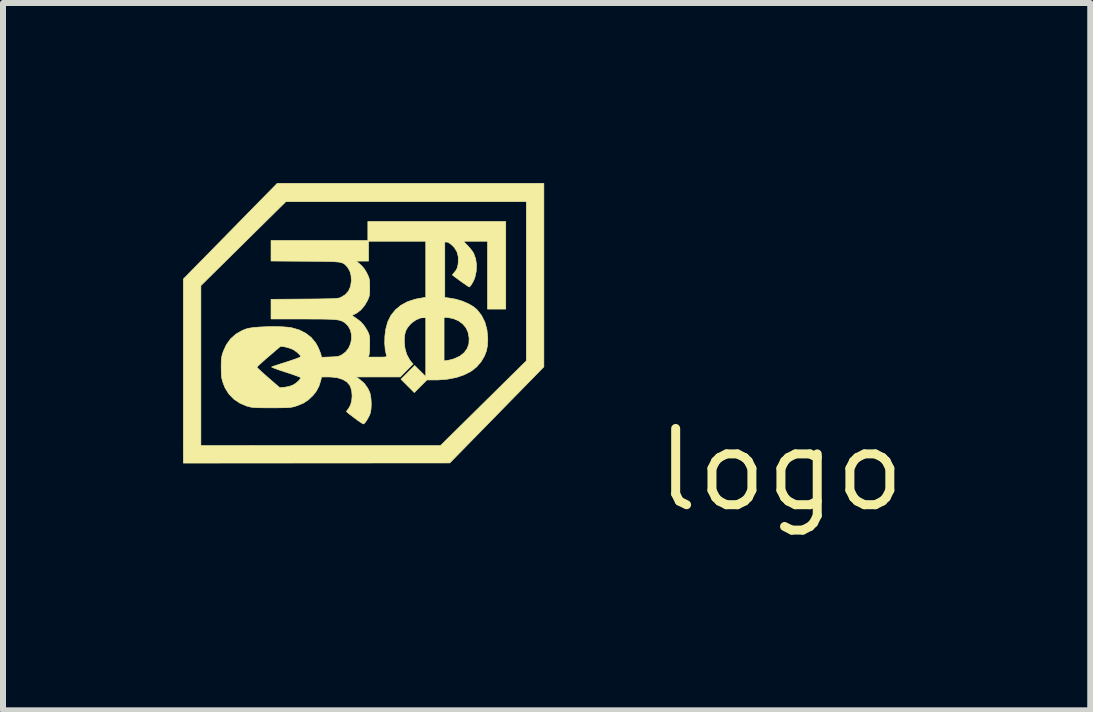
<source format=kicad_pcb>
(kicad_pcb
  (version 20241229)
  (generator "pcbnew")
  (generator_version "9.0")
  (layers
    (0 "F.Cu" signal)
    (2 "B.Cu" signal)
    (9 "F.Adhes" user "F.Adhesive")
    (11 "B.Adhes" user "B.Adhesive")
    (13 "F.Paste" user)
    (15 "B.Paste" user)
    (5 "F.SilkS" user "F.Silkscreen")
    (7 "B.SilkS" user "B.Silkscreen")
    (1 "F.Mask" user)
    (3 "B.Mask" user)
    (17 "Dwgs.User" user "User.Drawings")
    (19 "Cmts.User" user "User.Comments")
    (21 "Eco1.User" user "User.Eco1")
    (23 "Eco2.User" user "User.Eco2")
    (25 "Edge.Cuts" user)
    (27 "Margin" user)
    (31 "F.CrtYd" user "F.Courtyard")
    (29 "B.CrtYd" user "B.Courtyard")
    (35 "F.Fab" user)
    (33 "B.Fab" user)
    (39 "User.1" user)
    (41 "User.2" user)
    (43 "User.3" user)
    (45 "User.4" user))
  (footprint "logo"
    (layer "F.Cu")
    (at 9.962 4.78)
    (property "Reference" "logo" (at 0 0 0) (layer "F.SilkS") (effects (font (size 1.27 1.27) (thickness 0.15))))
    (attr through_hole)
    (fp_poly (pts (xy -3.95 -1.718) (xy -5.518 -0.116) (xy -7.737 -0.115) (xy -9.957 -0.114) (xy -9.957 -3.071) (xy -9.665 -3.071) (xy -9.665 -0.406) (xy -7.668 -0.407) (xy -5.671 -0.407) (xy -4.242 -1.818) (xy -4.242 -4.47) (xy -8.249 -4.47) (xy -8.957 -3.771) (xy -9.665 -3.071) (xy -9.957 -3.071) (xy -9.957 -3.181) (xy -9.175 -3.978) (xy -8.393 -4.775) (xy -3.95 -4.775) (xy -3.95 -1.718)) (stroke (width 0.01) (type solid)) (fill yes) (layer "F.SilkS"))
    (fp_poly (pts (xy -4.585 -2.68) (xy -4.889 -2.68) (xy -4.889 -3.81) (xy -5.291 -3.81) (xy -5.218 -3.735) (xy -5.18 -3.693) (xy -5.146 -3.65) (xy -5.123 -3.615) (xy -5.121 -3.612) (xy -5.087 -3.52) (xy -5.072 -3.417) (xy -5.077 -3.31) (xy -5.1 -3.205) (xy -5.101 -3.201) (xy -5.117 -3.162) (xy -5.138 -3.121) (xy -5.161 -3.083) (xy -5.181 -3.057) (xy -5.194 -3.048) (xy -5.206 -3.055) (xy -5.234 -3.074) (xy -5.273 -3.101) (xy -5.318 -3.132) (xy -5.365 -3.166) (xy -5.408 -3.198) (xy -5.445 -3.225) (xy -5.468 -3.243) (xy -5.473 -3.247) (xy -5.469 -3.258) (xy -5.451 -3.28) (xy -5.446 -3.286) (xy -5.413 -3.326) (xy -5.393 -3.366) (xy -5.381 -3.416) (xy -5.376 -3.458) (xy -5.376 -3.551) (xy -5.396 -3.631) (xy -5.437 -3.699) (xy -5.473 -3.738) (xy -5.52 -3.777) (xy -5.557 -3.796) (xy -5.568 -3.797) (xy -5.601 -3.797) (xy -5.601 -2.873) (xy -5.528 -2.864) (xy -5.418 -2.845) (xy -5.311 -2.813) (xy -5.213 -2.771) (xy -5.128 -2.723) (xy -5.064 -2.67) (xy -4.989 -2.575) (xy -4.934 -2.465) (xy -4.899 -2.34) (xy -4.885 -2.201) (xy -4.885 -2.165) (xy -4.891 -2.065) (xy -4.908 -1.979) (xy -4.94 -1.898) (xy -4.99 -1.813) (xy -4.998 -1.801) (xy -5.072 -1.715) (xy -5.166 -1.642) (xy -5.28 -1.584) (xy -5.41 -1.54) (xy -5.557 -1.512) (xy -5.718 -1.499) (xy -5.764 -1.499) (xy -5.899 -1.499) (xy -6.004 -1.394) (xy -6.109 -1.289) (xy -6.331 -1.511) (xy -6.217 -1.625) (xy -6.103 -1.74) (xy -6.011 -1.648) (xy -5.918 -1.556) (xy -5.918 -1.816) (xy -5.613 -1.816) (xy -5.559 -1.824) (xy -5.514 -1.833) (xy -5.462 -1.847) (xy -5.439 -1.855) (xy -5.348 -1.897) (xy -5.277 -1.954) (xy -5.227 -2.024) (xy -5.199 -2.105) (xy -5.195 -2.196) (xy -5.213 -2.294) (xy -5.248 -2.37) (xy -5.304 -2.435) (xy -5.376 -2.487) (xy -5.46 -2.522) (xy -5.539 -2.537) (xy -5.613 -2.544) (xy -5.613 -1.816) (xy -5.918 -1.816) (xy -5.918 -2.54) (xy -5.949 -2.54) (xy -6.011 -2.53) (xy -6.078 -2.501) (xy -6.142 -2.458) (xy -6.182 -2.42) (xy -6.224 -2.368) (xy -6.252 -2.315) (xy -6.268 -2.255) (xy -6.275 -2.181) (xy -6.276 -2.142) (xy -6.265 -2.029) (xy -6.235 -1.924) (xy -6.185 -1.832) (xy -6.155 -1.794) (xy -6.129 -1.765) (xy -6.236 -1.657) (xy -6.343 -1.549) (xy -7.08 -1.549) (xy -7.017 -1.507) (xy -6.942 -1.442) (xy -6.883 -1.358) (xy -6.85 -1.289) (xy -6.837 -1.235) (xy -6.829 -1.165) (xy -6.826 -1.089) (xy -6.83 -1.015) (xy -6.84 -0.954) (xy -6.843 -0.944) (xy -6.857 -0.907) (xy -6.88 -0.864) (xy -6.905 -0.822) (xy -6.93 -0.788) (xy -6.95 -0.768) (xy -6.954 -0.766) (xy -6.969 -0.771) (xy -6.999 -0.79) (xy -7.042 -0.819) (xy -7.091 -0.855) (xy -7.103 -0.864) (xy -7.153 -0.902) (xy -7.195 -0.934) (xy -7.225 -0.959) (xy -7.238 -0.972) (xy -7.239 -0.973) (xy -7.232 -0.986) (xy -7.213 -1.011) (xy -7.202 -1.026) (xy -7.171 -1.082) (xy -7.152 -1.153) (xy -7.145 -1.231) (xy -7.151 -1.309) (xy -7.169 -1.378) (xy -7.184 -1.41) (xy -7.232 -1.466) (xy -7.299 -1.507) (xy -7.387 -1.535) (xy -7.493 -1.548) (xy -7.537 -1.549) (xy -7.654 -1.549) (xy -7.668 -1.489) (xy -7.699 -1.391) (xy -7.745 -1.307) (xy -7.796 -1.242) (xy -7.874 -1.168) (xy -7.957 -1.113) (xy -8.055 -1.072) (xy -8.077 -1.065) (xy -8.108 -1.055) (xy -8.138 -1.048) (xy -8.169 -1.043) (xy -8.206 -1.039) (xy -8.253 -1.037) (xy -8.313 -1.036) (xy -8.391 -1.035) (xy -8.49 -1.035) (xy -8.59 -1.035) (xy -8.668 -1.036) (xy -8.728 -1.037) (xy -8.775 -1.04) (xy -8.812 -1.043) (xy -8.843 -1.049) (xy -8.872 -1.056) (xy -8.898 -1.063) (xy -9.014 -1.112) (xy -9.114 -1.179) (xy -9.197 -1.264) (xy -9.26 -1.363) (xy -9.292 -1.441) (xy -9.307 -1.488) (xy -9.317 -1.53) (xy -9.323 -1.574) (xy -9.325 -1.628) (xy -9.326 -1.699) (xy -9.326 -1.708) (xy -9.326 -1.712) (xy -8.731 -1.712) (xy -8.722 -1.7) (xy -8.696 -1.675) (xy -8.657 -1.638) (xy -8.608 -1.594) (xy -8.55 -1.543) (xy -8.541 -1.535) (xy -8.35 -1.37) (xy -8.272 -1.377) (xy -8.199 -1.39) (xy -8.134 -1.413) (xy -8.13 -1.415) (xy -8.089 -1.44) (xy -8.051 -1.471) (xy -8.02 -1.503) (xy -8.003 -1.529) (xy -8.001 -1.537) (xy -8.013 -1.545) (xy -8.045 -1.558) (xy -8.094 -1.576) (xy -8.157 -1.598) (xy -8.229 -1.622) (xy -8.248 -1.628) (xy -8.322 -1.652) (xy -8.386 -1.674) (xy -8.437 -1.693) (xy -8.472 -1.707) (xy -8.486 -1.714) (xy -8.487 -1.715) (xy -8.472 -1.722) (xy -8.437 -1.734) (xy -8.386 -1.751) (xy -8.322 -1.772) (xy -8.249 -1.795) (xy -8.239 -1.798) (xy -8.166 -1.822) (xy -8.102 -1.844) (xy -8.051 -1.863) (xy -8.016 -1.877) (xy -8.001 -1.886) (xy -8.001 -1.886) (xy -8.011 -1.909) (xy -8.038 -1.939) (xy -8.076 -1.971) (xy -8.118 -2) (xy -8.144 -2.013) (xy -8.195 -2.032) (xy -8.25 -2.047) (xy -8.274 -2.052) (xy -8.338 -2.06) (xy -8.534 -1.892) (xy -8.594 -1.841) (xy -8.646 -1.794) (xy -8.688 -1.756) (xy -8.717 -1.728) (xy -8.731 -1.713) (xy -8.731 -1.712) (xy -9.326 -1.712) (xy -9.326 -1.78) (xy -9.324 -1.834) (xy -9.319 -1.877) (xy -9.31 -1.917) (xy -9.296 -1.961) (xy -9.291 -1.976) (xy -9.24 -2.087) (xy -9.17 -2.184) (xy -9.081 -2.263) (xy -8.975 -2.324) (xy -8.905 -2.351) (xy -8.854 -2.363) (xy -8.783 -2.373) (xy -8.697 -2.38) (xy -8.601 -2.385) (xy -8.501 -2.388) (xy -8.402 -2.388) (xy -8.309 -2.385) (xy -8.227 -2.379) (xy -8.161 -2.371) (xy -8.153 -2.369) (xy -8.028 -2.333) (xy -7.919 -2.278) (xy -7.827 -2.207) (xy -7.754 -2.119) (xy -7.716 -2.052) (xy -7.694 -2.002) (xy -7.676 -1.956) (xy -7.665 -1.922) (xy -7.664 -1.92) (xy -7.655 -1.877) (xy -7.514 -1.882) (xy -7.448 -1.885) (xy -7.401 -1.889) (xy -7.366 -1.896) (xy -7.337 -1.907) (xy -7.316 -1.918) (xy -7.252 -1.966) (xy -7.203 -2.029) (xy -7.171 -2.102) (xy -7.155 -2.179) (xy -7.156 -2.258) (xy -7.174 -2.332) (xy -7.211 -2.398) (xy -7.257 -2.445) (xy -7.279 -2.461) (xy -7.301 -2.474) (xy -7.326 -2.485) (xy -7.355 -2.494) (xy -7.391 -2.501) (xy -7.437 -2.506) (xy -7.495 -2.51) (xy -7.568 -2.512) (xy -7.657 -2.514) (xy -7.766 -2.514) (xy -7.898 -2.515) (xy -7.959 -2.515) (xy -8.496 -2.515) (xy -8.496 -2.574) (xy -7.15 -2.574) (xy -7.075 -2.525) (xy -7.004 -2.471) (xy -6.947 -2.408) (xy -6.897 -2.329) (xy -6.887 -2.31) (xy -6.871 -2.277) (xy -6.861 -2.248) (xy -6.855 -2.215) (xy -6.852 -2.171) (xy -6.852 -2.11) (xy -6.852 -2.102) (xy -6.853 -2.04) (xy -6.855 -1.984) (xy -6.859 -1.94) (xy -6.862 -1.921) (xy -6.873 -1.88) (xy -6.718 -1.88) (xy -6.654 -1.88) (xy -6.61 -1.881) (xy -6.585 -1.884) (xy -6.572 -1.889) (xy -6.57 -1.897) (xy -6.571 -1.902) (xy -6.593 -1.999) (xy -6.602 -2.111) (xy -6.599 -2.231) (xy -6.585 -2.342) (xy -6.552 -2.466) (xy -6.498 -2.574) (xy -6.424 -2.667) (xy -6.332 -2.743) (xy -6.222 -2.803) (xy -6.095 -2.844) (xy -6.037 -2.856) (xy -5.918 -2.876) (xy -5.918 -3.81) (xy -6.871 -3.81) (xy -6.871 -3.48) (xy -7.076 -3.48) (xy -7.034 -3.445) (xy -6.982 -3.398) (xy -6.943 -3.352) (xy -6.909 -3.297) (xy -6.892 -3.264) (xy -6.874 -3.225) (xy -6.862 -3.193) (xy -6.856 -3.16) (xy -6.853 -3.119) (xy -6.852 -3.061) (xy -6.852 -3.042) (xy -6.852 -2.978) (xy -6.855 -2.933) (xy -6.86 -2.897) (xy -6.871 -2.865) (xy -6.887 -2.827) (xy -6.892 -2.817) (xy -6.939 -2.737) (xy -6.998 -2.668) (xy -7.064 -2.616) (xy -7.098 -2.598) (xy -7.15 -2.574) (xy -8.496 -2.574) (xy -8.496 -2.843) (xy -7.941 -2.847) (xy -7.806 -2.848) (xy -7.694 -2.849) (xy -7.603 -2.851) (xy -7.53 -2.852) (xy -7.472 -2.854) (xy -7.429 -2.856) (xy -7.395 -2.859) (xy -7.371 -2.863) (xy -7.353 -2.867) (xy -7.338 -2.873) (xy -7.334 -2.874) (xy -7.259 -2.92) (xy -7.205 -2.981) (xy -7.171 -3.057) (xy -7.158 -3.147) (xy -7.158 -3.156) (xy -7.163 -3.241) (xy -7.182 -3.31) (xy -7.215 -3.369) (xy -7.231 -3.388) (xy -7.248 -3.407) (xy -7.264 -3.423) (xy -7.282 -3.437) (xy -7.303 -3.447) (xy -7.33 -3.456) (xy -7.365 -3.463) (xy -7.411 -3.467) (xy -7.47 -3.471) (xy -7.544 -3.473) (xy -7.636 -3.475) (xy -7.748 -3.476) (xy -7.882 -3.477) (xy -7.928 -3.477) (xy -8.496 -3.481) (xy -8.496 -3.823) (xy -6.883 -3.823) (xy -6.883 -4.14) (xy -4.585 -4.14) (xy -4.585 -2.68)) (stroke (width 0.01) (type solid)) (fill yes) (layer "F.SilkS")))
  (gr_rect
    (start -3 -3)
    (end 15.116 8.786)
    (stroke (width 0.1) (type default))
    (fill no)
    (layer "Edge.Cuts")))
</source>
